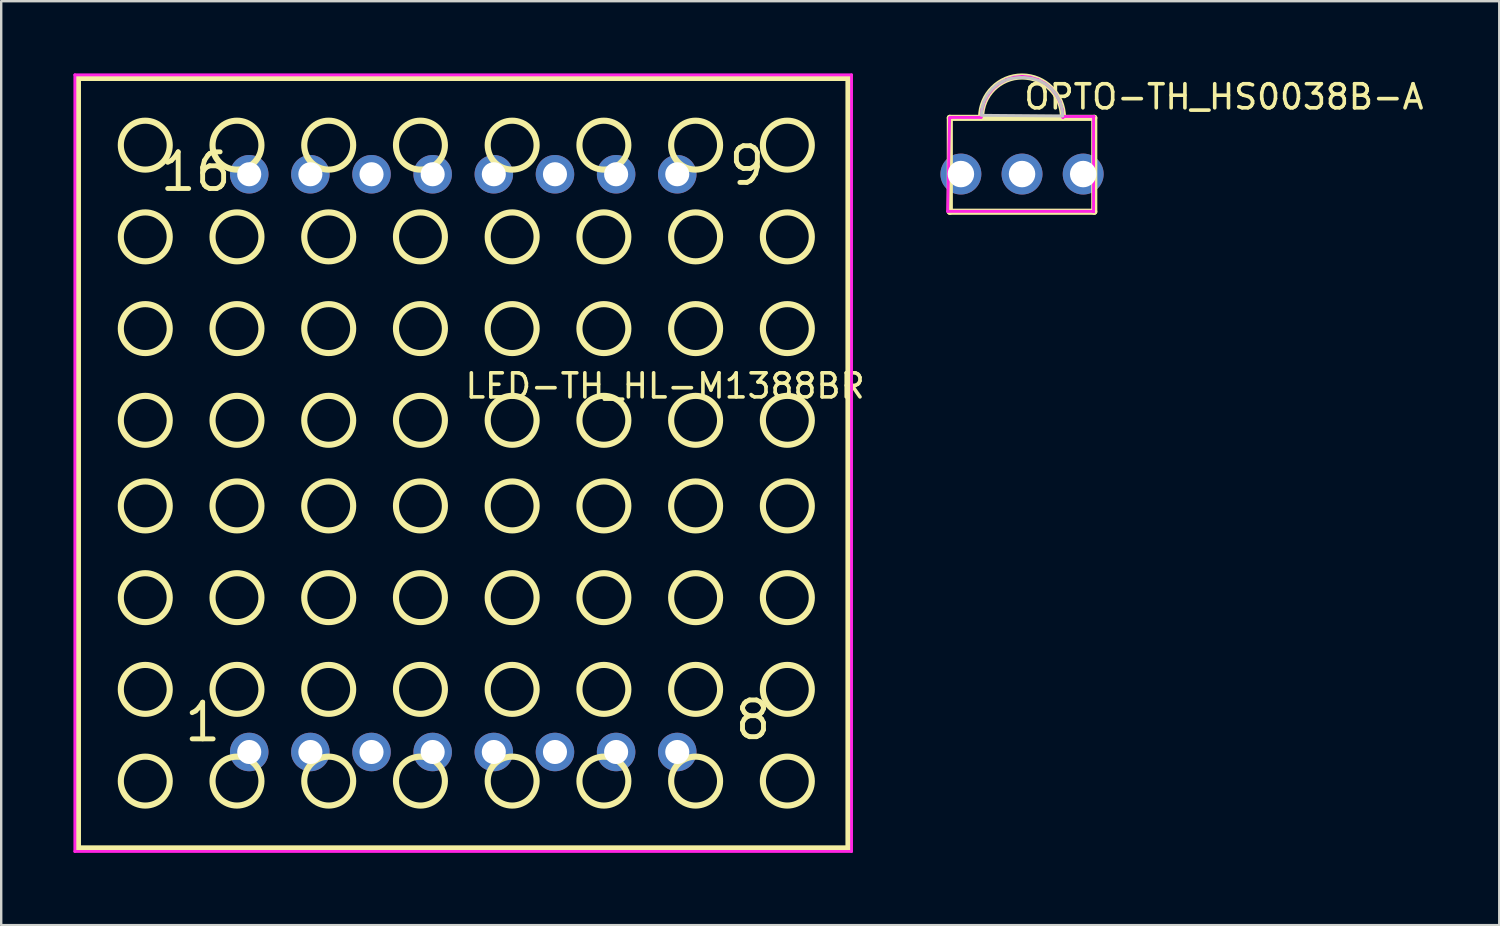
<source format=kicad_pcb>
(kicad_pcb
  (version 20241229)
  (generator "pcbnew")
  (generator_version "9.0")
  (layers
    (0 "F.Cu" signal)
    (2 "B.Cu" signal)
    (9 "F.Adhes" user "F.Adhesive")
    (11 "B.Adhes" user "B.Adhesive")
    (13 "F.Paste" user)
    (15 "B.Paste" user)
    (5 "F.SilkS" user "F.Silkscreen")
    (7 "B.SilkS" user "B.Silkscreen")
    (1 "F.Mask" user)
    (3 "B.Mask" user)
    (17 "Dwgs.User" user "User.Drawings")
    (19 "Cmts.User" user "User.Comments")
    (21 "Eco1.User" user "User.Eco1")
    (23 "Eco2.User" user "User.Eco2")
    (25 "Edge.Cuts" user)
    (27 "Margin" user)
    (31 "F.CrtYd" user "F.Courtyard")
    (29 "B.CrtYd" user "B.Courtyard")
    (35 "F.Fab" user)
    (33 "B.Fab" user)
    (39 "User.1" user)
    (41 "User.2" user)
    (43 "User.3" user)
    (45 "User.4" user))
  (footprint "OPTO-TH_HS0038B-A"
    (layer "F.Cu")
    (at 39.403 4.18)
    (property "Reference" "OPTO-TH_HS0038B-A" (at 0 -3.207 0) (layer "F.SilkS") (effects (font (size 1 1) (thickness 0.15)) (justify left)))
    (attr through_hole)
    (fp_line (start -3 -2.335) (end 3 -2.335) (stroke (width 0.254) (type solid)) (layer "F.SilkS"))
    (fp_line (start -3 1.565) (end -3 -2.335) (stroke (width 0.254) (type solid)) (layer "F.SilkS"))
    (fp_line (start 3 -2.335) (end 3 1.565) (stroke (width 0.254) (type solid)) (layer "F.SilkS"))
    (fp_line (start 3 1.565) (end -3 1.565) (stroke (width 0.254) (type solid)) (layer "F.SilkS"))
    (fp_arc (start -1.7 -2.353) (mid 0 -4.053) (end 1.7 -2.353) (stroke (width 0.254) (type solid)) (layer "F.SilkS"))
    (fp_poly (pts (xy -1.69 -2.44) (xy -1.66 -2.746) (xy -1.57 -3.041) (xy -1.425 -3.312) (xy -1.23 -3.55) (xy -0.992 -3.745) (xy -0.721 -3.89) (xy -0.426 -3.98) (xy -0.12 -4.01) (xy 0.03 -4.01) (xy 0.09 -4.01) (xy 0.402 -3.979) (xy 0.702 -3.888) (xy 0.979 -3.74) (xy 1.221 -3.541) (xy 1.42 -3.299) (xy 1.568 -3.022) (xy 1.659 -2.722) (xy 1.69 -2.41)) (stroke (width 0.12) (type solid)) (fill no) (layer "Dwgs.User"))
    (fp_circle (center 2.98 -4.053) (end 3.01 -4.053) (stroke (width 0.06) (type solid)) (fill no) (layer "Eco2.User"))
    (fp_poly (pts (xy -2.19 0.25) (xy -2.89 0.25) (xy -2.89 -0.25) (xy -2.19 -0.25)) (stroke (width 0.12) (type solid)) (fill no) (layer "Eco2.User"))
    (fp_poly (pts (xy 0.35 0.25) (xy -0.35 0.25) (xy -0.35 -0.25) (xy 0.35 -0.25)) (stroke (width 0.12) (type solid)) (fill no) (layer "Eco2.User"))
    (fp_poly (pts (xy 2.89 0.25) (xy 2.19 0.25) (xy 2.19 -0.25) (xy 2.89 -0.25)) (stroke (width 0.12) (type solid)) (fill no) (layer "Eco2.User"))
    (fp_line (start -3.09 1.55) (end -3.01 -2.31) (stroke (width 0.12) (type solid)) (layer "F.CrtYd"))
    (fp_line (start -3.01 -2.31) (end -3.009 -2.318) (stroke (width 0.12) (type solid)) (layer "F.CrtYd"))
    (fp_line (start -3.009 -2.318) (end -3.007 -2.326) (stroke (width 0.12) (type solid)) (layer "F.CrtYd"))
    (fp_line (start -3.007 -2.326) (end -3.003 -2.334) (stroke (width 0.12) (type solid)) (layer "F.CrtYd"))
    (fp_line (start -3.003 -2.334) (end -2.997 -2.34) (stroke (width 0.12) (type solid)) (layer "F.CrtYd"))
    (fp_line (start -2.997 -2.34) (end -2.991 -2.346) (stroke (width 0.12) (type solid)) (layer "F.CrtYd"))
    (fp_line (start -2.991 -2.346) (end -2.983 -2.35) (stroke (width 0.12) (type solid)) (layer "F.CrtYd"))
    (fp_line (start -2.983 -2.35) (end -2.975 -2.352) (stroke (width 0.12) (type solid)) (layer "F.CrtYd"))
    (fp_line (start -2.975 -2.352) (end -2.967 -2.353) (stroke (width 0.12) (type solid)) (layer "F.CrtYd"))
    (fp_line (start -2.967 -2.353) (end -1.7 -2.353) (stroke (width 0.12) (type solid)) (layer "F.CrtYd"))
    (fp_line (start -1.7 -2.353) (end -1.667 -2.685) (stroke (width 0.12) (type solid)) (layer "F.CrtYd"))
    (fp_line (start -1.667 -2.685) (end -1.571 -3.004) (stroke (width 0.12) (type solid)) (layer "F.CrtYd"))
    (fp_line (start -1.571 -3.004) (end -1.413 -3.297) (stroke (width 0.12) (type solid)) (layer "F.CrtYd"))
    (fp_line (start -1.413 -3.297) (end -1.202 -3.555) (stroke (width 0.12) (type solid)) (layer "F.CrtYd"))
    (fp_line (start -1.202 -3.555) (end -0.944 -3.766) (stroke (width 0.12) (type solid)) (layer "F.CrtYd"))
    (fp_line (start -0.944 -3.766) (end -0.651 -3.924) (stroke (width 0.12) (type solid)) (layer "F.CrtYd"))
    (fp_line (start -0.651 -3.924) (end -0.332 -4.02) (stroke (width 0.12) (type solid)) (layer "F.CrtYd"))
    (fp_line (start -0.332 -4.02) (end 0 -4.053) (stroke (width 0.12) (type solid)) (layer "F.CrtYd"))
    (fp_line (start 0 -4.053) (end 0.01 -4.053) (stroke (width 0.12) (type solid)) (layer "F.CrtYd"))
    (fp_line (start 0.01 -4.053) (end 0.34 -4.021) (stroke (width 0.12) (type solid)) (layer "F.CrtYd"))
    (fp_line (start 0.34 -4.021) (end 0.657 -3.924) (stroke (width 0.12) (type solid)) (layer "F.CrtYd"))
    (fp_line (start 0.657 -3.924) (end 0.949 -3.768) (stroke (width 0.12) (type solid)) (layer "F.CrtYd"))
    (fp_line (start 0.949 -3.768) (end 1.205 -3.558) (stroke (width 0.12) (type solid)) (layer "F.CrtYd"))
    (fp_line (start 1.205 -3.558) (end 1.415 -3.302) (stroke (width 0.12) (type solid)) (layer "F.CrtYd"))
    (fp_line (start 1.415 -3.302) (end 1.571 -3.01) (stroke (width 0.12) (type solid)) (layer "F.CrtYd"))
    (fp_line (start 1.571 -3.01) (end 1.668 -2.693) (stroke (width 0.12) (type solid)) (layer "F.CrtYd"))
    (fp_line (start 1.668 -2.693) (end 1.7 -2.363) (stroke (width 0.12) (type solid)) (layer "F.CrtYd"))
    (fp_line (start 1.7 -2.363) (end 1.7 -2.353) (stroke (width 0.12) (type solid)) (layer "F.CrtYd"))
    (fp_line (start 1.7 -2.353) (end 1.701 -2.36) (stroke (width 0.12) (type solid)) (layer "F.CrtYd"))
    (fp_line (start 1.701 -2.36) (end 1.703 -2.367) (stroke (width 0.12) (type solid)) (layer "F.CrtYd"))
    (fp_line (start 1.703 -2.367) (end 1.706 -2.374) (stroke (width 0.12) (type solid)) (layer "F.CrtYd"))
    (fp_line (start 1.706 -2.374) (end 1.711 -2.379) (stroke (width 0.12) (type solid)) (layer "F.CrtYd"))
    (fp_line (start 1.711 -2.379) (end 1.716 -2.384) (stroke (width 0.12) (type solid)) (layer "F.CrtYd"))
    (fp_line (start 1.716 -2.384) (end 1.723 -2.387) (stroke (width 0.12) (type solid)) (layer "F.CrtYd"))
    (fp_line (start 1.723 -2.387) (end 1.73 -2.389) (stroke (width 0.12) (type solid)) (layer "F.CrtYd"))
    (fp_line (start 1.73 -2.389) (end 1.737 -2.39) (stroke (width 0.12) (type solid)) (layer "F.CrtYd"))
    (fp_line (start 1.737 -2.39) (end 2.98 -2.39) (stroke (width 0.12) (type solid)) (layer "F.CrtYd"))
    (fp_line (start 2.96 1.55) (end -3.09 1.55) (stroke (width 0.12) (type solid)) (layer "F.CrtYd"))
    (fp_line (start 2.962 1.55) (end 2.96 1.55) (stroke (width 0.12) (type solid)) (layer "F.CrtYd"))
    (fp_line (start 2.964 1.551) (end 2.962 1.55) (stroke (width 0.12) (type solid)) (layer "F.CrtYd"))
    (fp_line (start 2.966 1.552) (end 2.964 1.551) (stroke (width 0.12) (type solid)) (layer "F.CrtYd"))
    (fp_line (start 2.967 1.553) (end 2.966 1.552) (stroke (width 0.12) (type solid)) (layer "F.CrtYd"))
    (fp_line (start 2.968 1.554) (end 2.967 1.553) (stroke (width 0.12) (type solid)) (layer "F.CrtYd"))
    (fp_line (start 2.969 1.556) (end 2.968 1.554) (stroke (width 0.12) (type solid)) (layer "F.CrtYd"))
    (fp_line (start 2.97 -2.382) (end 2.97 -2.38) (stroke (width 0.12) (type solid)) (layer "F.CrtYd"))
    (fp_line (start 2.97 -2.38) (end 2.97 1.56) (stroke (width 0.12) (type solid)) (layer "F.CrtYd"))
    (fp_line (start 2.97 1.558) (end 2.969 1.556) (stroke (width 0.12) (type solid)) (layer "F.CrtYd"))
    (fp_line (start 2.97 1.56) (end 2.97 1.558) (stroke (width 0.12) (type solid)) (layer "F.CrtYd"))
    (fp_line (start 2.971 -2.384) (end 2.97 -2.382) (stroke (width 0.12) (type solid)) (layer "F.CrtYd"))
    (fp_line (start 2.972 -2.386) (end 2.971 -2.384) (stroke (width 0.12) (type solid)) (layer "F.CrtYd"))
    (fp_line (start 2.973 -2.387) (end 2.972 -2.386) (stroke (width 0.12) (type solid)) (layer "F.CrtYd"))
    (fp_line (start 2.974 -2.388) (end 2.973 -2.387) (stroke (width 0.12) (type solid)) (layer "F.CrtYd"))
    (fp_line (start 2.976 -2.389) (end 2.974 -2.388) (stroke (width 0.12) (type solid)) (layer "F.CrtYd"))
    (fp_line (start 2.978 -2.39) (end 2.976 -2.389) (stroke (width 0.12) (type solid)) (layer "F.CrtYd"))
    (fp_line (start 2.98 -2.39) (end 2.978 -2.39) (stroke (width 0.12) (type solid)) (layer "F.CrtYd"))
    (pad "1" thru_hole circle (at 2.54 0 180) (size 1.7 1.7) (drill 1.1) (layers "*.Cu" "*.Mask"))
    (pad "2" thru_hole circle (at 0 0 180) (size 1.7 1.7) (drill 1.1) (layers "*.Cu" "*.Mask"))
    (pad "3" thru_hole circle (at -2.54 0 180) (size 1.7 1.7) (drill 1.1) (layers "*.Cu" "*.Mask")))
  (footprint "LED-TH_HL-M1388BR"
    (layer "F.Cu")
    (at 16.192 16.187)
    (property "Reference" "LED-TH_HL-M1388BR" (at 0 -3.207 0) (layer "F.SilkS") (effects (font (size 1 1) (thickness 0.15)) (justify left)))
    (attr through_hole)
    (fp_line (start -16.005 16) (end -16.005 -16) (stroke (width 0.254) (type solid)) (layer "F.SilkS"))
    (fp_line (start -16 -16) (end 16 -16) (stroke (width 0.254) (type solid)) (layer "F.SilkS"))
    (fp_line (start 15.997 16.003) (end -16.003 16.003) (stroke (width 0.254) (type solid)) (layer "F.SilkS"))
    (fp_line (start 16.002 -15.997) (end 16.002 16.003) (stroke (width 0.254) (type solid)) (layer "F.SilkS"))
    (fp_circle (center -13.208 -13.208) (end -12.192 -13.208) (stroke (width 0.254) (type solid)) (fill no) (layer "F.SilkS"))
    (fp_circle (center -13.208 -9.398) (end -12.192 -9.398) (stroke (width 0.254) (type solid)) (fill no) (layer "F.SilkS"))
    (fp_circle (center -13.208 -5.588) (end -12.192 -5.588) (stroke (width 0.254) (type solid)) (fill no) (layer "F.SilkS"))
    (fp_circle (center -13.208 -1.778) (end -12.192 -1.778) (stroke (width 0.254) (type solid)) (fill no) (layer "F.SilkS"))
    (fp_circle (center -13.208 1.778) (end -12.192 1.778) (stroke (width 0.254) (type solid)) (fill no) (layer "F.SilkS"))
    (fp_circle (center -13.208 5.588) (end -12.192 5.588) (stroke (width 0.254) (type solid)) (fill no) (layer "F.SilkS"))
    (fp_circle (center -13.208 9.398) (end -12.192 9.398) (stroke (width 0.254) (type solid)) (fill no) (layer "F.SilkS"))
    (fp_circle (center -13.208 13.208) (end -12.192 13.208) (stroke (width 0.254) (type solid)) (fill no) (layer "F.SilkS"))
    (fp_circle (center -9.398 -13.208) (end -8.382 -13.208) (stroke (width 0.254) (type solid)) (fill no) (layer "F.SilkS"))
    (fp_circle (center -9.398 -9.398) (end -8.382 -9.398) (stroke (width 0.254) (type solid)) (fill no) (layer "F.SilkS"))
    (fp_circle (center -9.398 -5.588) (end -8.382 -5.588) (stroke (width 0.254) (type solid)) (fill no) (layer "F.SilkS"))
    (fp_circle (center -9.398 -1.778) (end -8.382 -1.778) (stroke (width 0.254) (type solid)) (fill no) (layer "F.SilkS"))
    (fp_circle (center -9.398 1.778) (end -8.382 1.778) (stroke (width 0.254) (type solid)) (fill no) (layer "F.SilkS"))
    (fp_circle (center -9.398 5.588) (end -8.382 5.588) (stroke (width 0.254) (type solid)) (fill no) (layer "F.SilkS"))
    (fp_circle (center -9.398 9.398) (end -8.382 9.398) (stroke (width 0.254) (type solid)) (fill no) (layer "F.SilkS"))
    (fp_circle (center -9.398 13.208) (end -8.382 13.208) (stroke (width 0.254) (type solid)) (fill no) (layer "F.SilkS"))
    (fp_circle (center -5.588 -13.208) (end -4.572 -13.208) (stroke (width 0.254) (type solid)) (fill no) (layer "F.SilkS"))
    (fp_circle (center -5.588 -9.398) (end -4.572 -9.398) (stroke (width 0.254) (type solid)) (fill no) (layer "F.SilkS"))
    (fp_circle (center -5.588 -5.588) (end -4.572 -5.588) (stroke (width 0.254) (type solid)) (fill no) (layer "F.SilkS"))
    (fp_circle (center -5.588 -1.778) (end -4.572 -1.778) (stroke (width 0.254) (type solid)) (fill no) (layer "F.SilkS"))
    (fp_circle (center -5.588 1.778) (end -4.572 1.778) (stroke (width 0.254) (type solid)) (fill no) (layer "F.SilkS"))
    (fp_circle (center -5.588 5.588) (end -4.572 5.588) (stroke (width 0.254) (type solid)) (fill no) (layer "F.SilkS"))
    (fp_circle (center -5.588 9.398) (end -4.572 9.398) (stroke (width 0.254) (type solid)) (fill no) (layer "F.SilkS"))
    (fp_circle (center -5.588 13.208) (end -4.572 13.208) (stroke (width 0.254) (type solid)) (fill no) (layer "F.SilkS"))
    (fp_circle (center -1.778 -13.208) (end -0.762 -13.208) (stroke (width 0.254) (type solid)) (fill no) (layer "F.SilkS"))
    (fp_circle (center -1.778 -9.398) (end -0.762 -9.398) (stroke (width 0.254) (type solid)) (fill no) (layer "F.SilkS"))
    (fp_circle (center -1.778 -5.588) (end -0.762 -5.588) (stroke (width 0.254) (type solid)) (fill no) (layer "F.SilkS"))
    (fp_circle (center -1.778 -1.778) (end -0.762 -1.778) (stroke (width 0.254) (type solid)) (fill no) (layer "F.SilkS"))
    (fp_circle (center -1.778 1.778) (end -0.762 1.778) (stroke (width 0.254) (type solid)) (fill no) (layer "F.SilkS"))
    (fp_circle (center -1.778 5.588) (end -0.762 5.588) (stroke (width 0.254) (type solid)) (fill no) (layer "F.SilkS"))
    (fp_circle (center -1.778 9.398) (end -0.762 9.398) (stroke (width 0.254) (type solid)) (fill no) (layer "F.SilkS"))
    (fp_circle (center -1.778 13.208) (end -0.762 13.208) (stroke (width 0.254) (type solid)) (fill no) (layer "F.SilkS"))
    (fp_circle (center 2.032 -13.208) (end 3.048 -13.208) (stroke (width 0.254) (type solid)) (fill no) (layer "F.SilkS"))
    (fp_circle (center 2.032 -9.398) (end 3.048 -9.398) (stroke (width 0.254) (type solid)) (fill no) (layer "F.SilkS"))
    (fp_circle (center 2.032 -5.588) (end 3.048 -5.588) (stroke (width 0.254) (type solid)) (fill no) (layer "F.SilkS"))
    (fp_circle (center 2.032 -1.778) (end 3.048 -1.778) (stroke (width 0.254) (type solid)) (fill no) (layer "F.SilkS"))
    (fp_circle (center 2.032 1.778) (end 3.048 1.778) (stroke (width 0.254) (type solid)) (fill no) (layer "F.SilkS"))
    (fp_circle (center 2.032 5.588) (end 3.048 5.588) (stroke (width 0.254) (type solid)) (fill no) (layer "F.SilkS"))
    (fp_circle (center 2.032 9.398) (end 3.048 9.398) (stroke (width 0.254) (type solid)) (fill no) (layer "F.SilkS"))
    (fp_circle (center 2.032 13.208) (end 3.048 13.208) (stroke (width 0.254) (type solid)) (fill no) (layer "F.SilkS"))
    (fp_circle (center 5.842 -13.208) (end 6.858 -13.208) (stroke (width 0.254) (type solid)) (fill no) (layer "F.SilkS"))
    (fp_circle (center 5.842 -9.398) (end 6.858 -9.398) (stroke (width 0.254) (type solid)) (fill no) (layer "F.SilkS"))
    (fp_circle (center 5.842 -5.588) (end 6.858 -5.588) (stroke (width 0.254) (type solid)) (fill no) (layer "F.SilkS"))
    (fp_circle (center 5.842 -1.778) (end 6.858 -1.778) (stroke (width 0.254) (type solid)) (fill no) (layer "F.SilkS"))
    (fp_circle (center 5.842 1.778) (end 6.858 1.778) (stroke (width 0.254) (type solid)) (fill no) (layer "F.SilkS"))
    (fp_circle (center 5.842 5.588) (end 6.858 5.588) (stroke (width 0.254) (type solid)) (fill no) (layer "F.SilkS"))
    (fp_circle (center 5.842 9.398) (end 6.858 9.398) (stroke (width 0.254) (type solid)) (fill no) (layer "F.SilkS"))
    (fp_circle (center 5.842 13.208) (end 6.858 13.208) (stroke (width 0.254) (type solid)) (fill no) (layer "F.SilkS"))
    (fp_circle (center 9.652 -13.208) (end 10.668 -13.208) (stroke (width 0.254) (type solid)) (fill no) (layer "F.SilkS"))
    (fp_circle (center 9.652 -9.398) (end 10.668 -9.398) (stroke (width 0.254) (type solid)) (fill no) (layer "F.SilkS"))
    (fp_circle (center 9.652 -5.588) (end 10.668 -5.588) (stroke (width 0.254) (type solid)) (fill no) (layer "F.SilkS"))
    (fp_circle (center 9.652 -1.778) (end 10.668 -1.778) (stroke (width 0.254) (type solid)) (fill no) (layer "F.SilkS"))
    (fp_circle (center 9.652 1.778) (end 10.668 1.778) (stroke (width 0.254) (type solid)) (fill no) (layer "F.SilkS"))
    (fp_circle (center 9.652 5.588) (end 10.668 5.588) (stroke (width 0.254) (type solid)) (fill no) (layer "F.SilkS"))
    (fp_circle (center 9.652 9.398) (end 10.668 9.398) (stroke (width 0.254) (type solid)) (fill no) (layer "F.SilkS"))
    (fp_circle (center 9.652 13.208) (end 10.668 13.208) (stroke (width 0.254) (type solid)) (fill no) (layer "F.SilkS"))
    (fp_circle (center 13.462 -13.208) (end 14.478 -13.208) (stroke (width 0.254) (type solid)) (fill no) (layer "F.SilkS"))
    (fp_circle (center 13.462 -9.398) (end 14.478 -9.398) (stroke (width 0.254) (type solid)) (fill no) (layer "F.SilkS"))
    (fp_circle (center 13.462 -5.588) (end 14.478 -5.588) (stroke (width 0.254) (type solid)) (fill no) (layer "F.SilkS"))
    (fp_circle (center 13.462 -1.778) (end 14.478 -1.778) (stroke (width 0.254) (type solid)) (fill no) (layer "F.SilkS"))
    (fp_circle (center 13.462 1.778) (end 14.478 1.778) (stroke (width 0.254) (type solid)) (fill no) (layer "F.SilkS"))
    (fp_circle (center 13.462 5.588) (end 14.478 5.588) (stroke (width 0.254) (type solid)) (fill no) (layer "F.SilkS"))
    (fp_circle (center 13.462 9.398) (end 14.478 9.398) (stroke (width 0.254) (type solid)) (fill no) (layer "F.SilkS"))
    (fp_circle (center 13.462 13.208) (end 14.478 13.208) (stroke (width 0.254) (type solid)) (fill no) (layer "F.SilkS"))
    (fp_circle (center -16.132 16.13) (end -16.102 16.13) (stroke (width 0.06) (type solid)) (fill no) (layer "Eco2.User"))
    (fp_circle (center -8.89 -11.999) (end -8.69 -11.999) (stroke (width 0.4) (type solid)) (fill no) (layer "Eco2.User"))
    (fp_circle (center -8.89 11.999) (end -8.69 11.999) (stroke (width 0.4) (type solid)) (fill no) (layer "Eco2.User"))
    (fp_circle (center -6.35 -11.999) (end -6.15 -11.999) (stroke (width 0.4) (type solid)) (fill no) (layer "Eco2.User"))
    (fp_circle (center -6.35 11.999) (end -6.15 11.999) (stroke (width 0.4) (type solid)) (fill no) (layer "Eco2.User"))
    (fp_circle (center -3.81 -11.999) (end -3.61 -11.999) (stroke (width 0.4) (type solid)) (fill no) (layer "Eco2.User"))
    (fp_circle (center -3.81 11.999) (end -3.61 11.999) (stroke (width 0.4) (type solid)) (fill no) (layer "Eco2.User"))
    (fp_circle (center -1.27 -11.999) (end -1.07 -11.999) (stroke (width 0.4) (type solid)) (fill no) (layer "Eco2.User"))
    (fp_circle (center -1.27 11.999) (end -1.07 11.999) (stroke (width 0.4) (type solid)) (fill no) (layer "Eco2.User"))
    (fp_circle (center 1.27 -11.999) (end 1.47 -11.999) (stroke (width 0.4) (type solid)) (fill no) (layer "Eco2.User"))
    (fp_circle (center 1.27 11.999) (end 1.47 11.999) (stroke (width 0.4) (type solid)) (fill no) (layer "Eco2.User"))
    (fp_circle (center 3.81 -11.999) (end 4.01 -11.999) (stroke (width 0.4) (type solid)) (fill no) (layer "Eco2.User"))
    (fp_circle (center 3.81 11.999) (end 4.01 11.999) (stroke (width 0.4) (type solid)) (fill no) (layer "Eco2.User"))
    (fp_circle (center 6.35 -11.999) (end 6.55 -11.999) (stroke (width 0.4) (type solid)) (fill no) (layer "Eco2.User"))
    (fp_circle (center 6.35 11.999) (end 6.55 11.999) (stroke (width 0.4) (type solid)) (fill no) (layer "Eco2.User"))
    (fp_circle (center 8.89 -11.999) (end 9.09 -11.999) (stroke (width 0.4) (type solid)) (fill no) (layer "Eco2.User"))
    (fp_circle (center 8.89 11.999) (end 9.09 11.999) (stroke (width 0.4) (type solid)) (fill no) (layer "Eco2.User"))
    (fp_line (start -16.132 -16.127) (end 16.129 -16.127) (stroke (width 0.12) (type solid)) (layer "F.CrtYd"))
    (fp_line (start -16.132 16.13) (end -16.132 -16.127) (stroke (width 0.12) (type solid)) (layer "F.CrtYd"))
    (fp_line (start 16.129 -16.127) (end 16.129 16.13) (stroke (width 0.12) (type solid)) (layer "F.CrtYd"))
    (fp_line (start 16.129 16.13) (end -16.132 16.13) (stroke (width 0.12) (type solid)) (layer "F.CrtYd"))
    (fp_text user "16" (at -12.7 -12.101 0) (layer "F.SilkS") (effects (font (size 1.524 1.524) (thickness 0.203)) (justify left)))
    (fp_text user "9" (at 10.922 -12.355 0) (layer "F.SilkS") (effects (font (size 1.524 1.524) (thickness 0.203)) (justify left)))
    (fp_text user "8" (at 11.176 10.668 0) (layer "F.SilkS") (effects (font (size 1.524 1.524) (thickness 0.203)) (justify left)))
    (fp_text user "1" (at -11.684 10.759 0) (layer "F.SilkS") (effects (font (size 1.524 1.524) (thickness 0.203)) (justify left)))
    (pad "1" thru_hole circle (at -8.89 11.999) (size 1.6 1.6) (drill 1) (layers "*.Cu" "*.Mask"))
    (pad "2" thru_hole circle (at -6.35 11.999) (size 1.6 1.6) (drill 1) (layers "*.Cu" "*.Mask"))
    (pad "3" thru_hole circle (at -3.81 11.999) (size 1.6 1.6) (drill 1) (layers "*.Cu" "*.Mask"))
    (pad "4" thru_hole circle (at -1.27 11.999) (size 1.6 1.6) (drill 1) (layers "*.Cu" "*.Mask"))
    (pad "5" thru_hole circle (at 1.27 11.999) (size 1.6 1.6) (drill 1) (layers "*.Cu" "*.Mask"))
    (pad "6" thru_hole circle (at 3.81 11.999) (size 1.6 1.6) (drill 1) (layers "*.Cu" "*.Mask"))
    (pad "7" thru_hole circle (at 6.35 11.999) (size 1.6 1.6) (drill 1) (layers "*.Cu" "*.Mask"))
    (pad "8" thru_hole circle (at 8.89 11.999) (size 1.6 1.6) (drill 1) (layers "*.Cu" "*.Mask"))
    (pad "9" thru_hole circle (at 8.89 -11.999) (size 1.6 1.6) (drill 1) (layers "*.Cu" "*.Mask"))
    (pad "10" thru_hole circle (at 6.35 -11.999) (size 1.6 1.6) (drill 1) (layers "*.Cu" "*.Mask"))
    (pad "11" thru_hole circle (at 3.81 -11.999) (size 1.6 1.6) (drill 1) (layers "*.Cu" "*.Mask"))
    (pad "12" thru_hole circle (at 1.27 -11.999) (size 1.6 1.6) (drill 1) (layers "*.Cu" "*.Mask"))
    (pad "13" thru_hole circle (at -1.27 -11.999) (size 1.6 1.6) (drill 1) (layers "*.Cu" "*.Mask"))
    (pad "14" thru_hole circle (at -3.81 -11.999) (size 1.6 1.6) (drill 1) (layers "*.Cu" "*.Mask"))
    (pad "15" thru_hole circle (at -6.35 -11.999) (size 1.6 1.6) (drill 1) (layers "*.Cu" "*.Mask"))
    (pad "16" thru_hole circle (at -8.89 -11.999) (size 1.6 1.6) (drill 1) (layers "*.Cu" "*.Mask")))
  (gr_rect
    (start -3 -3)
    (end 59.225 35.377)
    (stroke (width 0.1) (type default))
    (fill no)
    (layer "Edge.Cuts")))
</source>
